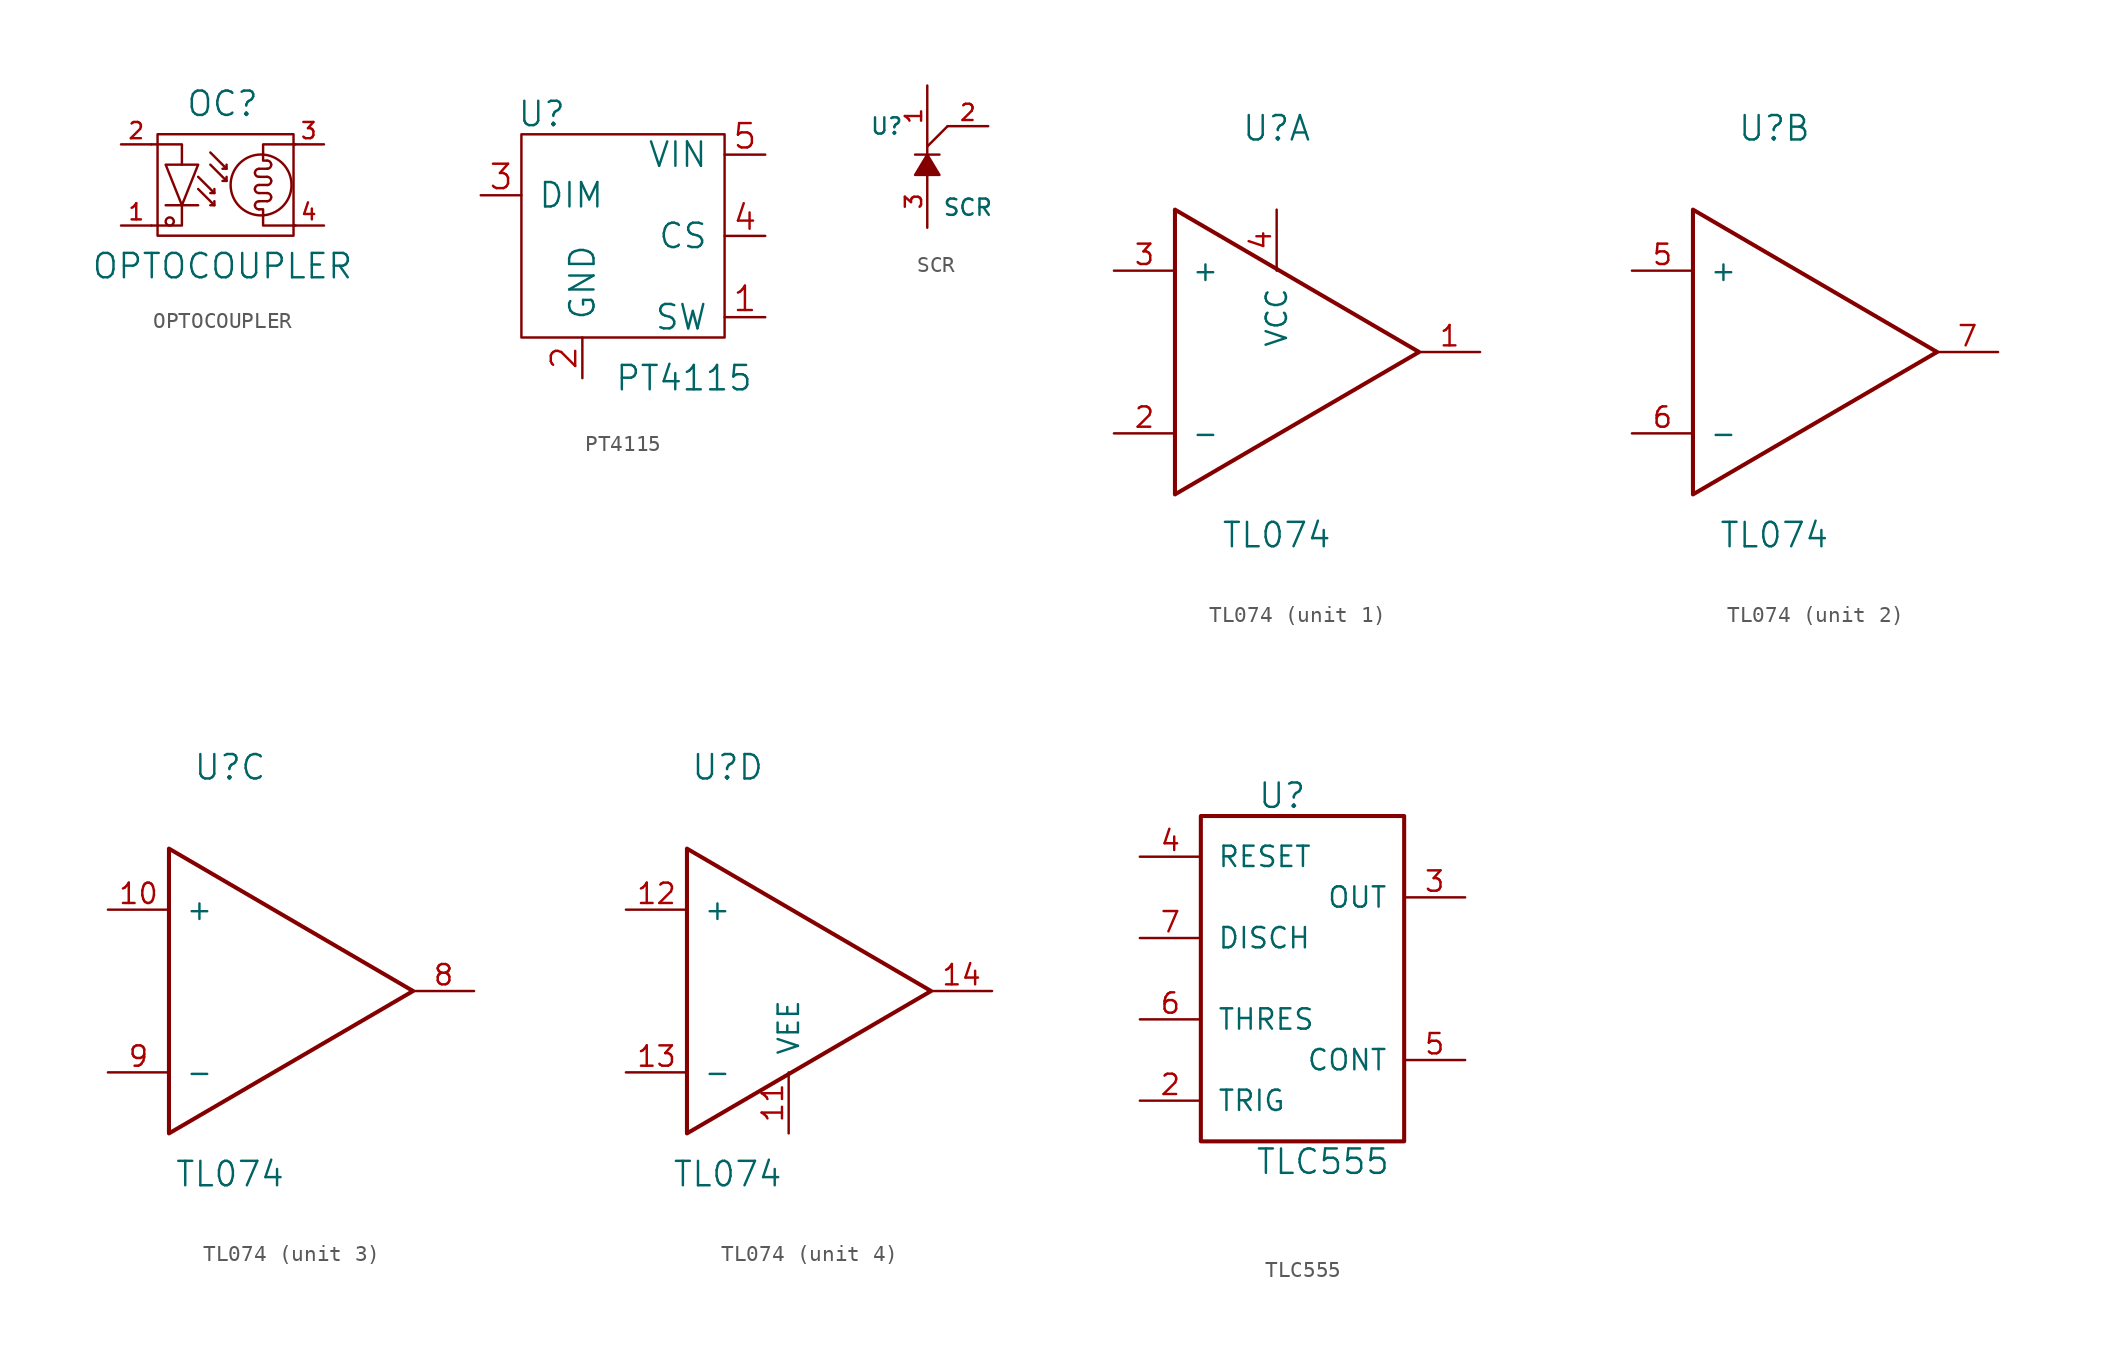
<source format=kicad_sym>
(kicad_symbol_lib
  (version 20211014)
  (generator kicad_symbol_editor)
  (symbol "OPTOCOUPLER"
    (pin_names
      (offset 0) hide)
    (property "Reference" "OC"
      (at 0 5.08 0)
      (effects (font (size 1.524 1.524))))
    (property "Value" "OPTOCOUPLER"
      (at 0 -5.08 0)
      (effects (font (size 1.524 1.524))))
    (property "Footprint" ""
      (at -2.54 0.254 90)
      (effects (font (size 1.524 1.524))))
    (property "Datasheet" ""
      (at -2.54 0.254 90)
      (effects (font (size 1.524 1.524))))
    (symbol "OPTOCOUPLER_0_1"
      (circle (center -3.302 -2.286) (radius 0.254) (stroke (width 0) (type default) (color 0 0 0 0)) (fill (type none)))
      (polyline (pts (xy -1.524 -1.27) (xy -3.556 -1.27)) (stroke (width 0) (type default) (color 0 0 0 0)) (fill (type none)))
      (polyline (pts (xy -0.508 -1.016) (xy -0.508 -1.27)) (stroke (width 0) (type default) (color 0 0 0 0)) (fill (type none)))
      (polyline (pts (xy -0.508 -0.508) (xy -0.508 -0.254)) (stroke (width 0) (type default) (color 0 0 0 0)) (fill (type none)))
      (polyline (pts (xy 0 0.254) (xy 0.254 0.254)) (stroke (width 0) (type default) (color 0 0 0 0)) (fill (type none)))
      (polyline (pts (xy 0.254 1.27) (xy 0.254 1.016)) (stroke (width 0) (type default) (color 0 0 0 0)) (fill (type none)))
      (polyline (pts (xy 2.286 -1.016) (xy 2.794 -1.016)) (stroke (width 0) (type default) (color 0 0 0 0)) (fill (type none)))
      (polyline (pts (xy 2.286 0) (xy 2.794 0)) (stroke (width 0) (type default) (color 0 0 0 0)) (fill (type none)))
      (polyline (pts (xy 2.286 1.016) (xy 2.794 1.016)) (stroke (width 0) (type default) (color 0 0 0 0)) (fill (type none)))
      (polyline (pts (xy 2.794 -0.508) (xy 2.286 -0.508)) (stroke (width 0) (type default) (color 0 0 0 0)) (fill (type none)))
      (polyline (pts (xy 2.794 0.508) (xy 2.286 0.508)) (stroke (width 0) (type default) (color 0 0 0 0)) (fill (type none)))
      (polyline (pts (xy -4.445 2.54) (xy -2.54 2.54) (xy -2.54 1.27)) (stroke (width 0) (type default) (color 0 0 0 0)) (fill (type none)))
      (polyline (pts (xy -2.54 -1.27) (xy -2.54 -2.54) (xy -4.445 -2.54)) (stroke (width 0) (type default) (color 0 0 0 0)) (fill (type none)))
      (polyline (pts (xy -1.524 -0.254) (xy -0.508 -1.27) (xy -0.762 -1.27)) (stroke (width 0) (type default) (color 0 0 0 0)) (fill (type none)))
      (polyline (pts (xy -1.524 0.508) (xy -0.508 -0.508) (xy -0.762 -0.508)) (stroke (width 0) (type default) (color 0 0 0 0)) (fill (type none)))
      (polyline (pts (xy 0 1.016) (xy 0.254 1.016) (xy -0.762 2.032)) (stroke (width 0) (type default) (color 0 0 0 0)) (fill (type none)))
      (polyline (pts (xy 0.254 0.508) (xy 0.254 0.254) (xy -0.762 1.27)) (stroke (width 0) (type default) (color 0 0 0 0)) (fill (type none)))
      (polyline (pts (xy -2.54 -1.27) (xy -3.556 1.27) (xy -1.524 1.27) (xy -2.54 -1.27)) (stroke (width 0) (type default) (color 0 0 0 0)) (fill (type none)))
      (polyline (pts (xy 2.286 -1.524) (xy 2.54 -1.524) (xy 2.54 -2.54) (xy 4.572 -2.54)) (stroke (width 0) (type default) (color 0 0 0 0)) (fill (type none)))
      (polyline (pts (xy 2.794 1.524) (xy 2.54 1.524) (xy 2.54 2.54) (xy 4.572 2.54)) (stroke (width 0) (type default) (color 0 0 0 0)) (fill (type none)))
      (arc (start 2.032 -1.27) (mid 2.1064 -1.4496) (end 2.286 -1.524) (stroke (width 0) (type default) (color 0 0 0 0)) (fill (type none)))
      (arc (start 2.032 -0.254) (mid 2.1064 -0.4336) (end 2.286 -0.508) (stroke (width 0) (type default) (color 0 0 0 0)) (fill (type none)))
      (arc (start 2.032 0.762) (mid 2.1064 0.5824) (end 2.286 0.508) (stroke (width 0) (type default) (color 0 0 0 0)) (fill (type none)))
      (arc (start 2.286 -1.016) (mid 2.1064 -1.0904) (end 2.032 -1.27) (stroke (width 0) (type default) (color 0 0 0 0)) (fill (type none)))
      (arc (start 2.286 0) (mid 2.1064 -0.0744) (end 2.032 -0.254) (stroke (width 0) (type default) (color 0 0 0 0)) (fill (type none)))
      (arc (start 2.286 1.016) (mid 2.1064 0.9416) (end 2.032 0.762) (stroke (width 0) (type default) (color 0 0 0 0)) (fill (type none)))
      (circle (center 2.413 0) (radius 1.905) (stroke (width 0) (type default) (color 0 0 0 0)) (fill (type none)))
      (arc (start 2.794 -1.016) (mid 2.9736 -0.9416) (end 3.048 -0.762) (stroke (width 0) (type default) (color 0 0 0 0)) (fill (type none)))
      (arc (start 2.794 0) (mid 2.9736 0.0744) (end 3.048 0.254) (stroke (width 0) (type default) (color 0 0 0 0)) (fill (type none)))
      (arc (start 2.794 1.016) (mid 2.9736 1.0904) (end 3.048 1.27) (stroke (width 0) (type default) (color 0 0 0 0)) (fill (type none)))
      (arc (start 3.048 -0.762) (mid 2.9736 -0.5824) (end 2.794 -0.508) (stroke (width 0) (type default) (color 0 0 0 0)) (fill (type none)))
      (arc (start 3.048 0.254) (mid 2.9736 0.4336) (end 2.794 0.508) (stroke (width 0) (type default) (color 0 0 0 0)) (fill (type none)))
      (arc (start 3.048 1.27) (mid 2.9736 1.4496) (end 2.794 1.524) (stroke (width 0) (type default) (color 0 0 0 0)) (fill (type none)))
      (rectangle (start 4.445 3.175) (end -4.064 -3.175) (stroke (width 0) (type default) (color 0 0 0 0)) (fill (type none))))
    (symbol "OPTOCOUPLER_1_1"
      (pin passive line (at -6.35 -2.54 0) (length 1.905) (name "1" (effects (font (size 1.016 1.016)))) (number "1" (effects (font (size 1.016 1.016)))))
      (pin passive line (at -6.35 2.54 0) (length 1.905) (name "2" (effects (font (size 1.016 1.016)))) (number "2" (effects (font (size 1.016 1.016)))))
      (pin passive line (at 6.35 2.54 180) (length 1.905) (name "3" (effects (font (size 1.016 1.016)))) (number "3" (effects (font (size 1.016 1.016)))))
      (pin passive line (at 6.35 -2.54 180) (length 1.905) (name "4" (effects (font (size 1.016 1.016)))) (number "4" (effects (font (size 1.016 1.016)))))))
  (symbol "PT4115"
    (pin_names
      (offset 1.016))
    (property "Reference" "U"
      (at -5.08 7.62 0)
      (effects (font (size 1.524 1.524))))
    (property "Value" "PT4115"
      (at 3.81 -8.89 0)
      (effects (font (size 1.524 1.524))))
    (property "Footprint" ""
      (at 0 1.27 0)
      (effects (font (size 1.524 1.524))))
    (property "Datasheet" ""
      (at 0 1.27 0)
      (effects (font (size 1.524 1.524))))
    (symbol "PT4115_0_1"
      (rectangle (start -6.35 6.35) (end 6.35 -6.35) (stroke (width 0) (type default) (color 0 0 0 0)) (fill (type none))))
    (symbol "PT4115_1_1"
      (pin input line (at 8.89 -5.08 180) (length 2.54) (name "SW" (effects (font (size 1.524 1.524)))) (number "1" (effects (font (size 1.524 1.524)))))
      (pin input line (at -2.54 -8.89 90) (length 2.54) (name "GND" (effects (font (size 1.524 1.524)))) (number "2" (effects (font (size 1.524 1.524)))))
      (pin input line (at -8.89 2.54 0) (length 2.54) (name "DIM" (effects (font (size 1.524 1.524)))) (number "3" (effects (font (size 1.524 1.524)))))
      (pin input line (at 8.89 0 180) (length 2.54) (name "CS" (effects (font (size 1.524 1.524)))) (number "4" (effects (font (size 1.524 1.524)))))
      (pin input line (at 8.89 5.08 180) (length 2.54) (name "VIN" (effects (font (size 1.524 1.524)))) (number "5" (effects (font (size 1.524 1.524)))))))
  (symbol "SCR"
    (pin_names
      (offset 0.254) hide)
    (property "Reference" "U"
      (at -2.54 2.54 0)
      (effects (font (size 1.016 1.016))))
    (property "Value" "SCR"
      (at 2.54 -2.54 0)
      (effects (font (size 1.016 1.016))))
    (property "Footprint" ""
      (at 0 -2.54 0)
      (effects (font (size 1.524 1.524))))
    (property "Datasheet" ""
      (at 0 -2.54 0)
      (effects (font (size 1.524 1.524))))
    (symbol "SCR_0_1"
      (polyline (pts (xy 0.762 0.762) (xy -0.762 0.762)) (stroke (width 0) (type default) (color 0 0 0 0)) (fill (type none)))
      (polyline (pts (xy 1.27 2.54) (xy 0 1.27) (xy 0 0)) (stroke (width 0) (type default) (color 0 0 0 0)) (fill (type none)))
      (polyline (pts (xy 0 0.762) (xy -0.762 -0.508) (xy 0.762 -0.508) (xy 0 0.762)) (stroke (width 0) (type default) (color 0 0 0 0)) (fill (type outline))))
    (symbol "SCR_1_1"
      (pin input line (at 0 5.08 270) (length 3.81) (name "K" (effects (font (size 1.016 1.016)))) (number "1" (effects (font (size 1.016 1.016)))))
      (pin input line (at 3.81 2.54 180) (length 2.54) (name "G" (effects (font (size 1.016 1.016)))) (number "2" (effects (font (size 1.016 1.016)))))
      (pin input line (at 0 -3.81 90) (length 3.302) (name "A" (effects (font (size 1.016 1.016)))) (number "3" (effects (font (size 1.016 1.016)))))))
  (symbol "TL074"
    (pin_names
      (offset 1.016))
    (property "Reference" "U"
      (at 0 13.97 0)
      (effects (font (size 1.524 1.524))))
    (property "Value" "TL074"
      (at 0 -11.43 0)
      (effects (font (size 1.524 1.524))))
    (property "Footprint" ""
      (at 0 0 0)
      (effects (font (size 1.524 1.524))))
    (property "Datasheet" ""
      (at 0 0 0)
      (effects (font (size 1.524 1.524))))
    (symbol "TL074_1_1"
      (polyline (pts (xy 8.89 0) (xy -6.35 8.89) (xy -6.35 -8.89) (xy 8.89 0)) (stroke (width 0.254) (type default) (color 0 0 0 0)) (fill (type none)))
      (pin input line (at 12.7 0 180) (length 3.81) (name "~" (effects (font (size 1.27 1.27)))) (number "1" (effects (font (size 1.27 1.27)))))
      (pin input line (at -10.16 -5.08 0) (length 3.81) (name "-" (effects (font (size 1.27 1.27)))) (number "2" (effects (font (size 1.27 1.27)))))
      (pin input line (at -10.16 5.08 0) (length 3.81) (name "+" (effects (font (size 1.27 1.27)))) (number "3" (effects (font (size 1.27 1.27)))))
      (pin power_in line (at 0 8.89 270) (length 3.81) (name "VCC" (effects (font (size 1.27 1.27)))) (number "4" (effects (font (size 1.27 1.27))))))
    (symbol "TL074_2_1"
      (polyline (pts (xy -5.08 8.89) (xy -5.08 -8.89) (xy 10.16 0) (xy -5.08 8.89)) (stroke (width 0.254) (type default) (color 0 0 0 0)) (fill (type none)))
      (pin input line (at -8.89 5.08 0) (length 3.81) (name "+" (effects (font (size 1.27 1.27)))) (number "5" (effects (font (size 1.27 1.27)))))
      (pin input line (at -8.89 -5.08 0) (length 3.81) (name "-" (effects (font (size 1.27 1.27)))) (number "6" (effects (font (size 1.27 1.27)))))
      (pin input line (at 13.97 0 180) (length 3.81) (name "~" (effects (font (size 1.27 1.27)))) (number "7" (effects (font (size 1.27 1.27))))))
    (symbol "TL074_3_1"
      (polyline (pts (xy -3.81 8.89) (xy -3.81 -8.89) (xy 11.43 0) (xy -3.81 8.89)) (stroke (width 0.254) (type default) (color 0 0 0 0)) (fill (type none)))
      (pin input line (at -7.62 5.08 0) (length 3.81) (name "+" (effects (font (size 1.27 1.27)))) (number "10" (effects (font (size 1.27 1.27)))))
      (pin input line (at 15.24 0 180) (length 3.81) (name "~" (effects (font (size 1.27 1.27)))) (number "8" (effects (font (size 1.27 1.27)))))
      (pin input line (at -7.62 -5.08 0) (length 3.81) (name "-" (effects (font (size 1.27 1.27)))) (number "9" (effects (font (size 1.27 1.27))))))
    (symbol "TL074_4_1"
      (polyline (pts (xy 12.7 0) (xy -2.54 -8.89) (xy -2.54 8.89) (xy 12.7 0)) (stroke (width 0.254) (type default) (color 0 0 0 0)) (fill (type none)))
      (pin power_in line (at 3.81 -8.89 90) (length 3.81) (name "VEE" (effects (font (size 1.27 1.27)))) (number "11" (effects (font (size 1.27 1.27)))))
      (pin input line (at -6.35 5.08 0) (length 3.81) (name "+" (effects (font (size 1.27 1.27)))) (number "12" (effects (font (size 1.27 1.27)))))
      (pin input line (at -6.35 -5.08 0) (length 3.81) (name "-" (effects (font (size 1.27 1.27)))) (number "13" (effects (font (size 1.27 1.27)))))
      (pin input line (at 16.51 0 180) (length 3.81) (name "~" (effects (font (size 1.27 1.27)))) (number "14" (effects (font (size 1.27 1.27)))))))
  (symbol "TLC555"
    (pin_names
      (offset 1.016))
    (property "Reference" "U"
      (at -1.27 11.43 0)
      (effects (font (size 1.524 1.524))))
    (property "Value" "TLC555"
      (at 1.27 -11.43 0)
      (effects (font (size 1.524 1.524))))
    (property "Footprint" ""
      (at -1.27 0 0)
      (effects (font (size 1.524 1.524))))
    (property "Datasheet" ""
      (at -1.27 0 0)
      (effects (font (size 1.524 1.524))))
    (symbol "TLC555_0_1"
      (rectangle (start -6.35 10.16) (end 6.35 -10.16) (stroke (width 0.254) (type default) (color 0 0 0 0)) (fill (type none))))
    (symbol "TLC555_1_1"
      (pin power_in line (at 2.54 -13.97 90) (length 3.81) hide (name "GND" (effects (font (size 1.27 1.27)))) (number "1" (effects (font (size 1.27 1.27)))))
      (pin input line (at -10.16 -7.62 0) (length 3.81) (name "TRIG" (effects (font (size 1.27 1.27)))) (number "2" (effects (font (size 1.27 1.27)))))
      (pin input line (at 10.16 5.08 180) (length 3.81) (name "OUT" (effects (font (size 1.27 1.27)))) (number "3" (effects (font (size 1.27 1.27)))))
      (pin input line (at -10.16 7.62 0) (length 3.81) (name "RESET" (effects (font (size 1.27 1.27)))) (number "4" (effects (font (size 1.27 1.27)))))
      (pin input line (at 10.16 -5.08 180) (length 3.81) (name "CONT" (effects (font (size 1.27 1.27)))) (number "5" (effects (font (size 1.27 1.27)))))
      (pin input line (at -10.16 -2.54 0) (length 3.81) (name "THRES" (effects (font (size 1.27 1.27)))) (number "6" (effects (font (size 1.27 1.27)))))
      (pin input line (at -10.16 2.54 0) (length 3.81) (name "DISCH" (effects (font (size 1.27 1.27)))) (number "7" (effects (font (size 1.27 1.27)))))
      (pin power_in line (at 2.54 13.97 270) (length 3.81) hide (name "VCC" (effects (font (size 1.27 1.27)))) (number "8" (effects (font (size 1.27 1.27))))))))
</source>
